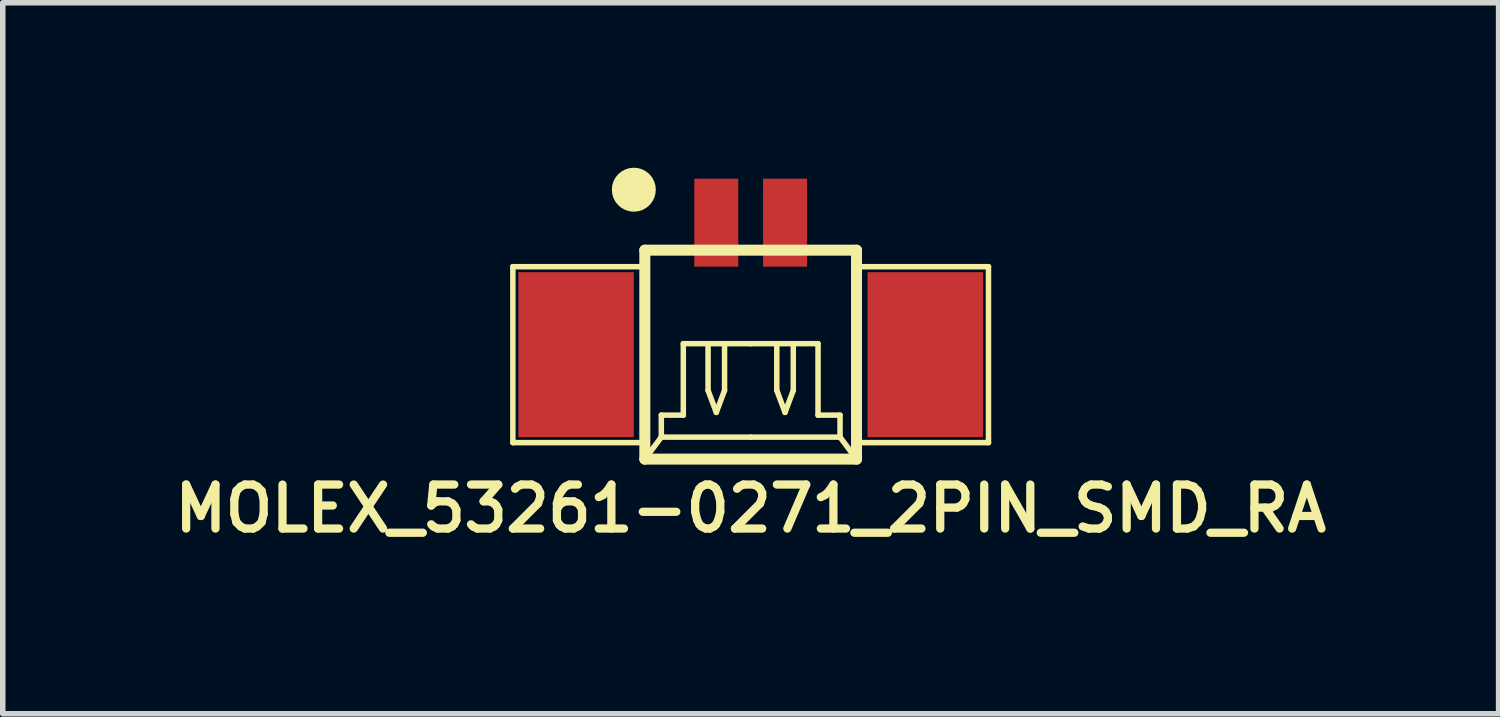
<source format=kicad_pcb>
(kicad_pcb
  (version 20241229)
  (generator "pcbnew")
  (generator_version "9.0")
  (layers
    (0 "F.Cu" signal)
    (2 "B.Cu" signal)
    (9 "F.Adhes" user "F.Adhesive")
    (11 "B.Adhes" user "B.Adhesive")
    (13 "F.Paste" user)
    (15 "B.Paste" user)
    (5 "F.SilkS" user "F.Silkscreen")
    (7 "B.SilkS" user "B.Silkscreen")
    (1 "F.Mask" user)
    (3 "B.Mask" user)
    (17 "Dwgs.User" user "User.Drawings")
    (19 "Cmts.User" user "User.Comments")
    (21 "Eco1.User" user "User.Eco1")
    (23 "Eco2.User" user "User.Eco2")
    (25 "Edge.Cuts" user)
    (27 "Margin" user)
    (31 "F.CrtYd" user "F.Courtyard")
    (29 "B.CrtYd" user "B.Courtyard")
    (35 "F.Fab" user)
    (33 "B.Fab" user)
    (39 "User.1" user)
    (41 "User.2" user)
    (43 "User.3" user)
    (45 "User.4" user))
  (footprint "MOLEX_53261-0271_2PIN_SMD_RA"
    (layer "F.Cu")
    (at 10.602 3.4)
    (property "Reference" "MOLEX_53261-0271_2PIN_SMD_RA" (at 0 2.8 0) (layer "F.SilkS") (effects (font (size 0.8 0.8) (thickness 0.15))))
    (attr through_hole)
    (fp_line (start -4.325 -1.6) (end -1.925 -1.6) (stroke (width 0.1) (type solid)) (layer "F.SilkS"))
    (fp_line (start -4.325 1.6) (end -4.325 -1.6) (stroke (width 0.1) (type solid)) (layer "F.SilkS"))
    (fp_line (start -1.925 -1.9) (end -1.925 1.9) (stroke (width 0.2) (type solid)) (layer "F.SilkS"))
    (fp_line (start -1.925 -1.9) (end 1.925 -1.9) (stroke (width 0.2) (type solid)) (layer "F.SilkS"))
    (fp_line (start -1.925 1.6) (end -4.325 1.6) (stroke (width 0.1) (type solid)) (layer "F.SilkS"))
    (fp_line (start -1.925 1.9) (end 1.925 1.9) (stroke (width 0.2) (type solid)) (layer "F.SilkS"))
    (fp_line (start -1.625 1.1) (end -1.625 1.5) (stroke (width 0.1) (type solid)) (layer "F.SilkS"))
    (fp_line (start -1.625 1.5) (end -1.925 1.9) (stroke (width 0.1) (type solid)) (layer "F.SilkS"))
    (fp_line (start -1.625 1.5) (end 0 1.5) (stroke (width 0.1) (type solid)) (layer "F.SilkS"))
    (fp_line (start -1.225 -0.2) (end -1.225 1.1) (stroke (width 0.1) (type solid)) (layer "F.SilkS"))
    (fp_line (start -1.225 1.1) (end -1.625 1.1) (stroke (width 0.1) (type solid)) (layer "F.SilkS"))
    (fp_line (start -0.775 -0.2) (end -0.775 0.65) (stroke (width 0.1) (type solid)) (layer "F.SilkS"))
    (fp_line (start -0.775 0.65) (end -0.625 1.05) (stroke (width 0.1) (type solid)) (layer "F.SilkS"))
    (fp_line (start -0.625 1.05) (end -0.475 0.65) (stroke (width 0.1) (type solid)) (layer "F.SilkS"))
    (fp_line (start -0.475 0.65) (end -0.475 -0.2) (stroke (width 0.1) (type solid)) (layer "F.SilkS"))
    (fp_line (start 0 -0.2) (end -1.225 -0.2) (stroke (width 0.1) (type solid)) (layer "F.SilkS"))
    (fp_line (start 0 -0.2) (end 1.225 -0.2) (stroke (width 0.1) (type solid)) (layer "F.SilkS"))
    (fp_line (start 0.475 -0.2) (end 0.475 0.65) (stroke (width 0.1) (type solid)) (layer "F.SilkS"))
    (fp_line (start 0.475 0.65) (end 0.625 1.05) (stroke (width 0.1) (type solid)) (layer "F.SilkS"))
    (fp_line (start 0.625 1.05) (end 0.775 0.65) (stroke (width 0.1) (type solid)) (layer "F.SilkS"))
    (fp_line (start 0.775 0.65) (end 0.775 -0.2) (stroke (width 0.1) (type solid)) (layer "F.SilkS"))
    (fp_line (start 1.225 -0.2) (end 1.225 1.1) (stroke (width 0.1) (type solid)) (layer "F.SilkS"))
    (fp_line (start 1.225 1.1) (end 1.625 1.1) (stroke (width 0.1) (type solid)) (layer "F.SilkS"))
    (fp_line (start 1.625 1.1) (end 1.625 1.5) (stroke (width 0.1) (type solid)) (layer "F.SilkS"))
    (fp_line (start 1.625 1.5) (end 0 1.5) (stroke (width 0.1) (type solid)) (layer "F.SilkS"))
    (fp_line (start 1.625 1.5) (end 1.925 1.9) (stroke (width 0.1) (type solid)) (layer "F.SilkS"))
    (fp_line (start 1.925 -1.9) (end 1.925 1.9) (stroke (width 0.2) (type solid)) (layer "F.SilkS"))
    (fp_line (start 1.925 1.6) (end 4.325 1.6) (stroke (width 0.1) (type solid)) (layer "F.SilkS"))
    (fp_line (start 4.325 -1.6) (end 1.925 -1.6) (stroke (width 0.1) (type solid)) (layer "F.SilkS"))
    (fp_line (start 4.325 1.6) (end 4.325 -1.6) (stroke (width 0.1) (type solid)) (layer "F.SilkS"))
    (fp_circle (center -2.125 -3) (end -2.125 -2.8) (stroke (width 0.4) (type solid)) (fill no) (layer "F.SilkS"))
    (pad "" smd rect (at -3.175 0) (size 2.1 3) (layers "F.Cu" "F.Mask"))
    (pad "" smd rect (at 3.175 0) (size 2.1 3) (layers "F.Cu" "F.Mask"))
    (pad "1" smd rect (at -0.625 -2.4) (size 0.8 1.6) (layers "F.Cu" "F.Mask"))
    (pad "2" smd rect (at 0.625 -2.4) (size 0.8 1.6) (layers "F.Cu" "F.Mask")))
  (gr_rect
    (start -3 -3)
    (end 24.204 9.931)
    (stroke (width 0.1) (type default))
    (fill no)
    (layer "Edge.Cuts")))
</source>
